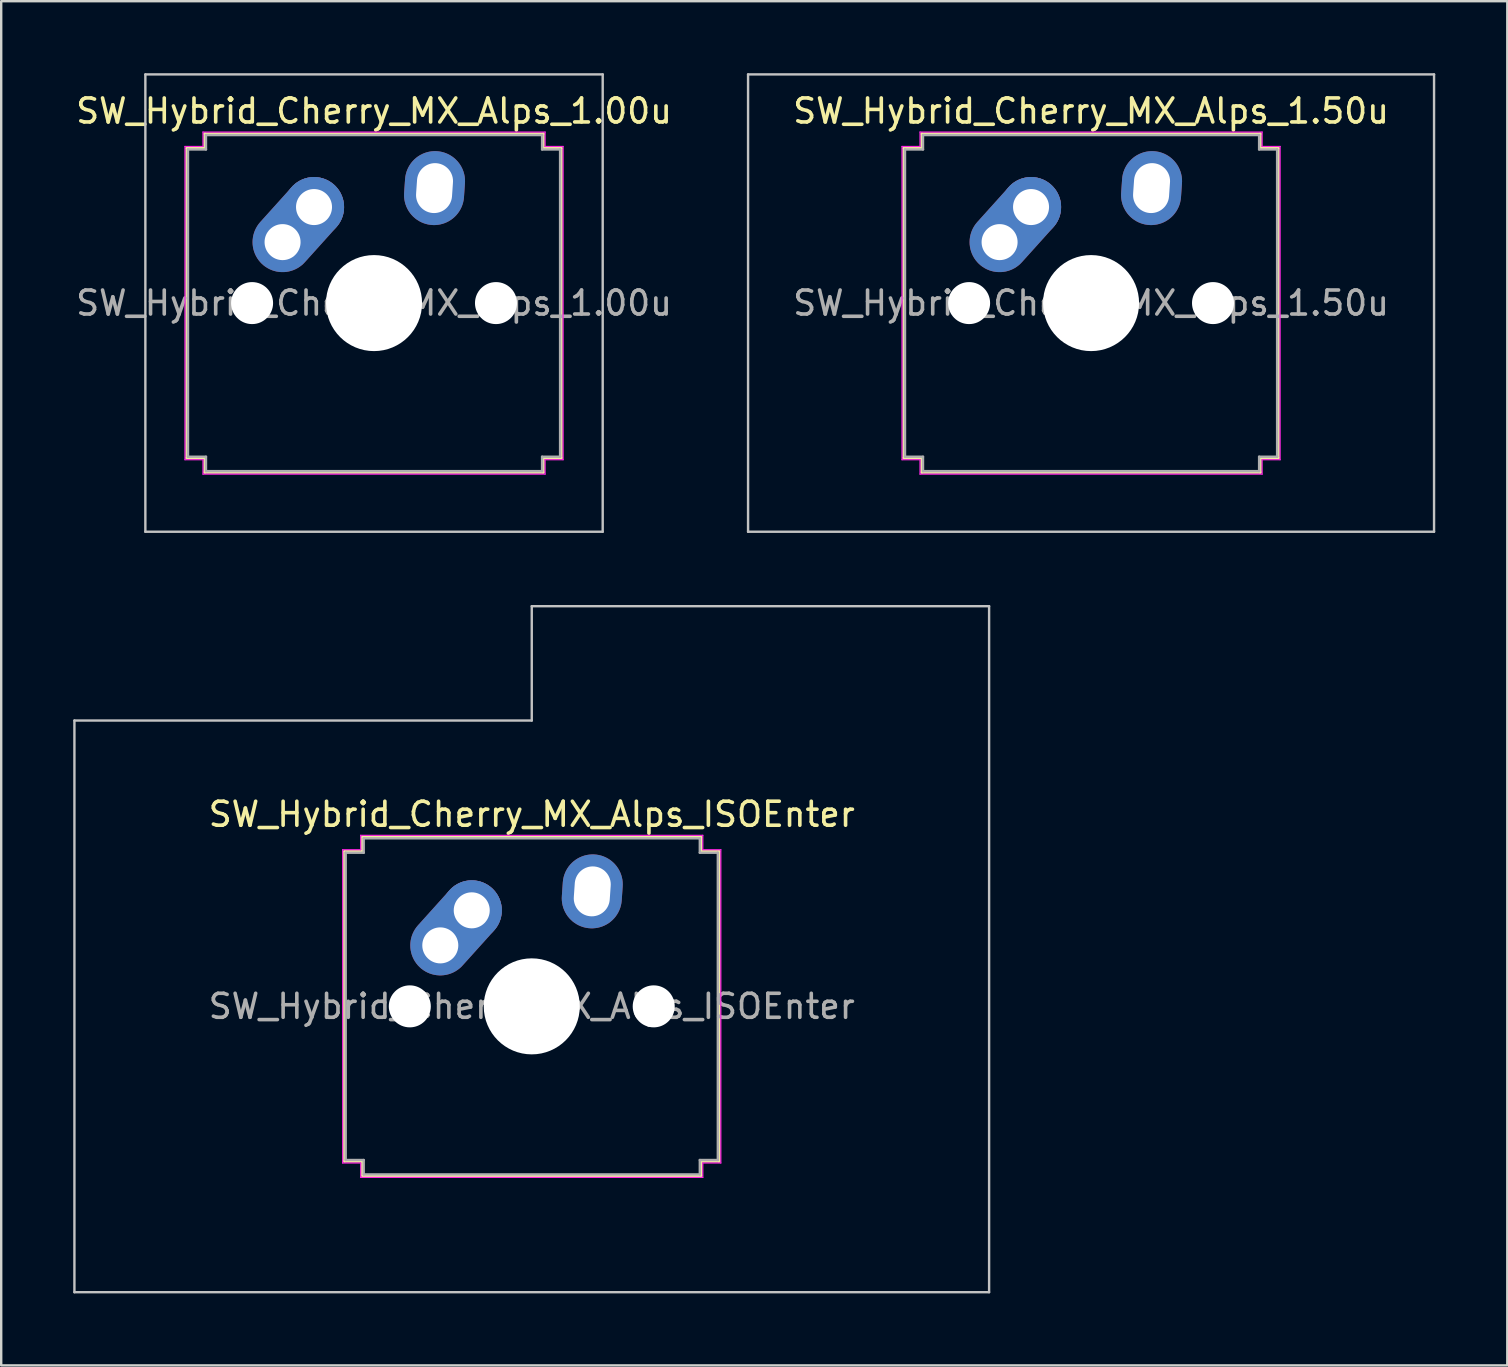
<source format=kicad_pcb>
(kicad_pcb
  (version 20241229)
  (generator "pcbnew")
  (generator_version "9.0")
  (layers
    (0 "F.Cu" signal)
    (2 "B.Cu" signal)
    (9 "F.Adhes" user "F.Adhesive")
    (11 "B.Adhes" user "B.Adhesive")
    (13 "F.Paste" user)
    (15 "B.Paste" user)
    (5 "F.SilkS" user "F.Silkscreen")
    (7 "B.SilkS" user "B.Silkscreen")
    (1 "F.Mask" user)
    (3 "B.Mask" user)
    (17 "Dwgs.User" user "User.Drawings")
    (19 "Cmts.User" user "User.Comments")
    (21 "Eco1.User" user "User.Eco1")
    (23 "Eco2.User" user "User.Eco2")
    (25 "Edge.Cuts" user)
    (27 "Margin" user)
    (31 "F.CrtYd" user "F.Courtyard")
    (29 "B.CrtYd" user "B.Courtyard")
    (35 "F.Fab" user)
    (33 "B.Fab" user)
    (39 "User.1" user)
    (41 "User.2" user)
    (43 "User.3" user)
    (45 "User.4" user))
  (footprint "SW_Hybrid_Cherry_MX_Alps_1.00u"
    (layer "F.Cu")
    (at 12.53 9.575)
    (property "Reference" "SW_Hybrid_Cherry_MX_Alps_1.00u" (at 0 -8 0) (layer "F.SilkS") (effects (font (size 1 1) (thickness 0.15))))
    (attr through_hole)
    (fp_line (start -7.8 -6.45) (end -7.05 -6.45) (stroke (width 0.12) (type solid)) (layer "F.SilkS"))
    (fp_line (start -7.8 6.45) (end -7.8 -6.45) (stroke (width 0.12) (type solid)) (layer "F.SilkS"))
    (fp_line (start -7.05 -7.05) (end 7.05 -7.05) (stroke (width 0.12) (type solid)) (layer "F.SilkS"))
    (fp_line (start -7.05 -6.45) (end -7.05 -7.05) (stroke (width 0.12) (type solid)) (layer "F.SilkS"))
    (fp_line (start -7.05 6.45) (end -7.8 6.45) (stroke (width 0.12) (type solid)) (layer "F.SilkS"))
    (fp_line (start -7.05 7.05) (end -7.05 6.45) (stroke (width 0.12) (type solid)) (layer "F.SilkS"))
    (fp_line (start 7.05 -7.05) (end 7.05 -6.45) (stroke (width 0.12) (type solid)) (layer "F.SilkS"))
    (fp_line (start 7.05 -6.45) (end 7.8 -6.45) (stroke (width 0.12) (type solid)) (layer "F.SilkS"))
    (fp_line (start 7.05 6.45) (end 7.05 7.05) (stroke (width 0.12) (type solid)) (layer "F.SilkS"))
    (fp_line (start 7.05 7.05) (end -7.05 7.05) (stroke (width 0.12) (type solid)) (layer "F.SilkS"))
    (fp_line (start 7.8 -6.45) (end 7.8 6.45) (stroke (width 0.12) (type solid)) (layer "F.SilkS"))
    (fp_line (start 7.8 6.45) (end 7.05 6.45) (stroke (width 0.12) (type solid)) (layer "F.SilkS"))
    (fp_line (start -9.525 -9.525) (end -9.525 9.525) (stroke (width 0.1) (type solid)) (layer "Dwgs.User"))
    (fp_line (start -9.525 9.525) (end 9.525 9.525) (stroke (width 0.1) (type solid)) (layer "Dwgs.User"))
    (fp_line (start 9.525 -9.525) (end -9.525 -9.525) (stroke (width 0.1) (type solid)) (layer "Dwgs.User"))
    (fp_line (start 9.525 9.525) (end 9.525 -9.525) (stroke (width 0.1) (type solid)) (layer "Dwgs.User"))
    (fp_line (start -7.875 -6.525) (end -7.125 -6.525) (stroke (width 0.05) (type solid)) (layer "F.CrtYd"))
    (fp_line (start -7.875 6.525) (end -7.875 -6.525) (stroke (width 0.05) (type solid)) (layer "F.CrtYd"))
    (fp_line (start -7.125 -7.125) (end 7.125 -7.125) (stroke (width 0.05) (type solid)) (layer "F.CrtYd"))
    (fp_line (start -7.125 -6.525) (end -7.125 -7.125) (stroke (width 0.05) (type solid)) (layer "F.CrtYd"))
    (fp_line (start -7.125 6.525) (end -7.875 6.525) (stroke (width 0.05) (type solid)) (layer "F.CrtYd"))
    (fp_line (start -7.125 7.125) (end -7.125 6.525) (stroke (width 0.05) (type solid)) (layer "F.CrtYd"))
    (fp_line (start 7.125 -7.125) (end 7.125 -6.525) (stroke (width 0.05) (type solid)) (layer "F.CrtYd"))
    (fp_line (start 7.125 -6.525) (end 7.875 -6.525) (stroke (width 0.05) (type solid)) (layer "F.CrtYd"))
    (fp_line (start 7.125 6.525) (end 7.125 7.125) (stroke (width 0.05) (type solid)) (layer "F.CrtYd"))
    (fp_line (start 7.125 7.125) (end -7.125 7.125) (stroke (width 0.05) (type solid)) (layer "F.CrtYd"))
    (fp_line (start 7.875 -6.525) (end 7.875 6.525) (stroke (width 0.05) (type solid)) (layer "F.CrtYd"))
    (fp_line (start 7.875 6.525) (end 7.125 6.525) (stroke (width 0.05) (type solid)) (layer "F.CrtYd"))
    (fp_line (start -7.75 -6.4) (end -7 -6.4) (stroke (width 0.1) (type solid)) (layer "F.Fab"))
    (fp_line (start -7.75 6.4) (end -7.75 -6.4) (stroke (width 0.1) (type solid)) (layer "F.Fab"))
    (fp_line (start -7 -7) (end 7 -7) (stroke (width 0.1) (type solid)) (layer "F.Fab"))
    (fp_line (start -7 -6.4) (end -7 -7) (stroke (width 0.1) (type solid)) (layer "F.Fab"))
    (fp_line (start -7 6.4) (end -7.75 6.4) (stroke (width 0.1) (type solid)) (layer "F.Fab"))
    (fp_line (start -7 7) (end -7 6.4) (stroke (width 0.1) (type solid)) (layer "F.Fab"))
    (fp_line (start 7 -7) (end 7 -6.4) (stroke (width 0.1) (type solid)) (layer "F.Fab"))
    (fp_line (start 7 -6.4) (end 7.75 -6.4) (stroke (width 0.1) (type solid)) (layer "F.Fab"))
    (fp_line (start 7 6.4) (end 7 7) (stroke (width 0.1) (type solid)) (layer "F.Fab"))
    (fp_line (start 7 7) (end -7 7) (stroke (width 0.1) (type solid)) (layer "F.Fab"))
    (fp_line (start 7.75 -6.4) (end 7.75 6.4) (stroke (width 0.1) (type solid)) (layer "F.Fab"))
    (fp_line (start 7.75 6.4) (end 7 6.4) (stroke (width 0.1) (type solid)) (layer "F.Fab"))
    (fp_text user "${REFERENCE}" (at 0 0 0) (layer "F.Fab") (effects (font (size 1 1) (thickness 0.15))))
    (pad "" np_thru_hole circle (at -5.08 0) (size 1.75 1.75) (drill 1.75) (layers "*.Cu" "*.Mask"))
    (pad "" np_thru_hole circle (at 0 0) (size 4 4) (drill 4) (layers "*.Cu" "*.Mask"))
    (pad "" np_thru_hole circle (at 5.08 0) (size 1.75 1.75) (drill 1.75) (layers "*.Cu" "*.Mask"))
    (pad "1" thru_hole oval (at 2.52 -4.79 86) (size 3.081 2.5) (drill oval 2.081 1.5) (layers "*.Cu" "B.Mask"))
    (pad "2" thru_hole oval (at -3.81 -2.54 48) (size 4.462 2.5) (drill 1.5 (offset 0.981 0)) (layers "*.Cu" "B.Mask"))
    (pad "2" thru_hole circle (at -2.5 -4) (size 2.5 2.5) (drill 1.5) (layers "*.Cu" "B.Mask")))
  (footprint "SW_Hybrid_Cherry_MX_Alps_ISOEnter"
    (layer "F.Cu")
    (at 19.1 38.869)
    (property "Reference" "SW_Hybrid_Cherry_MX_Alps_ISOEnter" (at 0 -8 0) (layer "F.SilkS") (effects (font (size 1 1) (thickness 0.15))))
    (attr through_hole)
    (fp_line (start -7.8 -6.45) (end -7.05 -6.45) (stroke (width 0.12) (type solid)) (layer "F.SilkS"))
    (fp_line (start -7.8 6.45) (end -7.8 -6.45) (stroke (width 0.12) (type solid)) (layer "F.SilkS"))
    (fp_line (start -7.05 -7.05) (end 7.05 -7.05) (stroke (width 0.12) (type solid)) (layer "F.SilkS"))
    (fp_line (start -7.05 -6.45) (end -7.05 -7.05) (stroke (width 0.12) (type solid)) (layer "F.SilkS"))
    (fp_line (start -7.05 6.45) (end -7.8 6.45) (stroke (width 0.12) (type solid)) (layer "F.SilkS"))
    (fp_line (start -7.05 7.05) (end -7.05 6.45) (stroke (width 0.12) (type solid)) (layer "F.SilkS"))
    (fp_line (start 7.05 -7.05) (end 7.05 -6.45) (stroke (width 0.12) (type solid)) (layer "F.SilkS"))
    (fp_line (start 7.05 -6.45) (end 7.8 -6.45) (stroke (width 0.12) (type solid)) (layer "F.SilkS"))
    (fp_line (start 7.05 6.45) (end 7.05 7.05) (stroke (width 0.12) (type solid)) (layer "F.SilkS"))
    (fp_line (start 7.05 7.05) (end -7.05 7.05) (stroke (width 0.12) (type solid)) (layer "F.SilkS"))
    (fp_line (start 7.8 -6.45) (end 7.8 6.45) (stroke (width 0.12) (type solid)) (layer "F.SilkS"))
    (fp_line (start 7.8 6.45) (end 7.05 6.45) (stroke (width 0.12) (type solid)) (layer "F.SilkS"))
    (fp_line (start -19.05 -11.906) (end -19.05 11.906) (stroke (width 0.1) (type solid)) (layer "Dwgs.User"))
    (fp_line (start -19.05 11.906) (end 19.05 11.906) (stroke (width 0.1) (type solid)) (layer "Dwgs.User"))
    (fp_line (start 0 -16.669) (end 0 -11.906) (stroke (width 0.1) (type solid)) (layer "Dwgs.User"))
    (fp_line (start 0 -11.906) (end -19.05 -11.906) (stroke (width 0.1) (type solid)) (layer "Dwgs.User"))
    (fp_line (start 19.05 -16.669) (end 0 -16.669) (stroke (width 0.1) (type solid)) (layer "Dwgs.User"))
    (fp_line (start 19.05 11.906) (end 19.05 -16.669) (stroke (width 0.1) (type solid)) (layer "Dwgs.User"))
    (fp_line (start -7.875 -6.525) (end -7.125 -6.525) (stroke (width 0.05) (type solid)) (layer "F.CrtYd"))
    (fp_line (start -7.875 6.525) (end -7.875 -6.525) (stroke (width 0.05) (type solid)) (layer "F.CrtYd"))
    (fp_line (start -7.125 -7.125) (end 7.125 -7.125) (stroke (width 0.05) (type solid)) (layer "F.CrtYd"))
    (fp_line (start -7.125 -6.525) (end -7.125 -7.125) (stroke (width 0.05) (type solid)) (layer "F.CrtYd"))
    (fp_line (start -7.125 6.525) (end -7.875 6.525) (stroke (width 0.05) (type solid)) (layer "F.CrtYd"))
    (fp_line (start -7.125 7.125) (end -7.125 6.525) (stroke (width 0.05) (type solid)) (layer "F.CrtYd"))
    (fp_line (start 7.125 -7.125) (end 7.125 -6.525) (stroke (width 0.05) (type solid)) (layer "F.CrtYd"))
    (fp_line (start 7.125 -6.525) (end 7.875 -6.525) (stroke (width 0.05) (type solid)) (layer "F.CrtYd"))
    (fp_line (start 7.125 6.525) (end 7.125 7.125) (stroke (width 0.05) (type solid)) (layer "F.CrtYd"))
    (fp_line (start 7.125 7.125) (end -7.125 7.125) (stroke (width 0.05) (type solid)) (layer "F.CrtYd"))
    (fp_line (start 7.875 -6.525) (end 7.875 6.525) (stroke (width 0.05) (type solid)) (layer "F.CrtYd"))
    (fp_line (start 7.875 6.525) (end 7.125 6.525) (stroke (width 0.05) (type solid)) (layer "F.CrtYd"))
    (fp_line (start -7.75 -6.4) (end -7 -6.4) (stroke (width 0.1) (type solid)) (layer "F.Fab"))
    (fp_line (start -7.75 6.4) (end -7.75 -6.4) (stroke (width 0.1) (type solid)) (layer "F.Fab"))
    (fp_line (start -7 -7) (end 7 -7) (stroke (width 0.1) (type solid)) (layer "F.Fab"))
    (fp_line (start -7 -6.4) (end -7 -7) (stroke (width 0.1) (type solid)) (layer "F.Fab"))
    (fp_line (start -7 6.4) (end -7.75 6.4) (stroke (width 0.1) (type solid)) (layer "F.Fab"))
    (fp_line (start -7 7) (end -7 6.4) (stroke (width 0.1) (type solid)) (layer "F.Fab"))
    (fp_line (start 7 -7) (end 7 -6.4) (stroke (width 0.1) (type solid)) (layer "F.Fab"))
    (fp_line (start 7 -6.4) (end 7.75 -6.4) (stroke (width 0.1) (type solid)) (layer "F.Fab"))
    (fp_line (start 7 6.4) (end 7 7) (stroke (width 0.1) (type solid)) (layer "F.Fab"))
    (fp_line (start 7 7) (end -7 7) (stroke (width 0.1) (type solid)) (layer "F.Fab"))
    (fp_line (start 7.75 -6.4) (end 7.75 6.4) (stroke (width 0.1) (type solid)) (layer "F.Fab"))
    (fp_line (start 7.75 6.4) (end 7 6.4) (stroke (width 0.1) (type solid)) (layer "F.Fab"))
    (fp_text user "${REFERENCE}" (at 0 0 0) (layer "F.Fab") (effects (font (size 1 1) (thickness 0.15))))
    (pad "" np_thru_hole circle (at -5.08 0) (size 1.75 1.75) (drill 1.75) (layers "*.Cu" "*.Mask"))
    (pad "" np_thru_hole circle (at 0 0) (size 4 4) (drill 4) (layers "*.Cu" "*.Mask"))
    (pad "" np_thru_hole circle (at 5.08 0) (size 1.75 1.75) (drill 1.75) (layers "*.Cu" "*.Mask"))
    (pad "1" thru_hole oval (at 2.52 -4.79 86) (size 3.081 2.5) (drill oval 2.081 1.5) (layers "*.Cu" "B.Mask"))
    (pad "2" thru_hole oval (at -3.81 -2.54 48) (size 4.462 2.5) (drill 1.5 (offset 0.981 0)) (layers "*.Cu" "B.Mask"))
    (pad "2" thru_hole circle (at -2.5 -4) (size 2.5 2.5) (drill 1.5) (layers "*.Cu" "B.Mask")))
  (footprint "SW_Hybrid_Cherry_MX_Alps_1.50u"
    (layer "F.Cu")
    (at 42.397 9.575)
    (property "Reference" "SW_Hybrid_Cherry_MX_Alps_1.50u" (at 0 -8 0) (layer "F.SilkS") (effects (font (size 1 1) (thickness 0.15))))
    (attr through_hole)
    (fp_line (start -7.8 -6.45) (end -7.05 -6.45) (stroke (width 0.12) (type solid)) (layer "F.SilkS"))
    (fp_line (start -7.8 6.45) (end -7.8 -6.45) (stroke (width 0.12) (type solid)) (layer "F.SilkS"))
    (fp_line (start -7.05 -7.05) (end 7.05 -7.05) (stroke (width 0.12) (type solid)) (layer "F.SilkS"))
    (fp_line (start -7.05 -6.45) (end -7.05 -7.05) (stroke (width 0.12) (type solid)) (layer "F.SilkS"))
    (fp_line (start -7.05 6.45) (end -7.8 6.45) (stroke (width 0.12) (type solid)) (layer "F.SilkS"))
    (fp_line (start -7.05 7.05) (end -7.05 6.45) (stroke (width 0.12) (type solid)) (layer "F.SilkS"))
    (fp_line (start 7.05 -7.05) (end 7.05 -6.45) (stroke (width 0.12) (type solid)) (layer "F.SilkS"))
    (fp_line (start 7.05 -6.45) (end 7.8 -6.45) (stroke (width 0.12) (type solid)) (layer "F.SilkS"))
    (fp_line (start 7.05 6.45) (end 7.05 7.05) (stroke (width 0.12) (type solid)) (layer "F.SilkS"))
    (fp_line (start 7.05 7.05) (end -7.05 7.05) (stroke (width 0.12) (type solid)) (layer "F.SilkS"))
    (fp_line (start 7.8 -6.45) (end 7.8 6.45) (stroke (width 0.12) (type solid)) (layer "F.SilkS"))
    (fp_line (start 7.8 6.45) (end 7.05 6.45) (stroke (width 0.12) (type solid)) (layer "F.SilkS"))
    (fp_line (start -14.287 -9.525) (end -14.287 9.525) (stroke (width 0.1) (type solid)) (layer "Dwgs.User"))
    (fp_line (start -14.287 9.525) (end 14.287 9.525) (stroke (width 0.1) (type solid)) (layer "Dwgs.User"))
    (fp_line (start 14.287 -9.525) (end -14.287 -9.525) (stroke (width 0.1) (type solid)) (layer "Dwgs.User"))
    (fp_line (start 14.287 9.525) (end 14.287 -9.525) (stroke (width 0.1) (type solid)) (layer "Dwgs.User"))
    (fp_line (start -7.875 -6.525) (end -7.125 -6.525) (stroke (width 0.05) (type solid)) (layer "F.CrtYd"))
    (fp_line (start -7.875 6.525) (end -7.875 -6.525) (stroke (width 0.05) (type solid)) (layer "F.CrtYd"))
    (fp_line (start -7.125 -7.125) (end 7.125 -7.125) (stroke (width 0.05) (type solid)) (layer "F.CrtYd"))
    (fp_line (start -7.125 -6.525) (end -7.125 -7.125) (stroke (width 0.05) (type solid)) (layer "F.CrtYd"))
    (fp_line (start -7.125 6.525) (end -7.875 6.525) (stroke (width 0.05) (type solid)) (layer "F.CrtYd"))
    (fp_line (start -7.125 7.125) (end -7.125 6.525) (stroke (width 0.05) (type solid)) (layer "F.CrtYd"))
    (fp_line (start 7.125 -7.125) (end 7.125 -6.525) (stroke (width 0.05) (type solid)) (layer "F.CrtYd"))
    (fp_line (start 7.125 -6.525) (end 7.875 -6.525) (stroke (width 0.05) (type solid)) (layer "F.CrtYd"))
    (fp_line (start 7.125 6.525) (end 7.125 7.125) (stroke (width 0.05) (type solid)) (layer "F.CrtYd"))
    (fp_line (start 7.125 7.125) (end -7.125 7.125) (stroke (width 0.05) (type solid)) (layer "F.CrtYd"))
    (fp_line (start 7.875 -6.525) (end 7.875 6.525) (stroke (width 0.05) (type solid)) (layer "F.CrtYd"))
    (fp_line (start 7.875 6.525) (end 7.125 6.525) (stroke (width 0.05) (type solid)) (layer "F.CrtYd"))
    (fp_line (start -7.75 -6.4) (end -7 -6.4) (stroke (width 0.1) (type solid)) (layer "F.Fab"))
    (fp_line (start -7.75 6.4) (end -7.75 -6.4) (stroke (width 0.1) (type solid)) (layer "F.Fab"))
    (fp_line (start -7 -7) (end 7 -7) (stroke (width 0.1) (type solid)) (layer "F.Fab"))
    (fp_line (start -7 -6.4) (end -7 -7) (stroke (width 0.1) (type solid)) (layer "F.Fab"))
    (fp_line (start -7 6.4) (end -7.75 6.4) (stroke (width 0.1) (type solid)) (layer "F.Fab"))
    (fp_line (start -7 7) (end -7 6.4) (stroke (width 0.1) (type solid)) (layer "F.Fab"))
    (fp_line (start 7 -7) (end 7 -6.4) (stroke (width 0.1) (type solid)) (layer "F.Fab"))
    (fp_line (start 7 -6.4) (end 7.75 -6.4) (stroke (width 0.1) (type solid)) (layer "F.Fab"))
    (fp_line (start 7 6.4) (end 7 7) (stroke (width 0.1) (type solid)) (layer "F.Fab"))
    (fp_line (start 7 7) (end -7 7) (stroke (width 0.1) (type solid)) (layer "F.Fab"))
    (fp_line (start 7.75 -6.4) (end 7.75 6.4) (stroke (width 0.1) (type solid)) (layer "F.Fab"))
    (fp_line (start 7.75 6.4) (end 7 6.4) (stroke (width 0.1) (type solid)) (layer "F.Fab"))
    (fp_text user "${REFERENCE}" (at 0 0 0) (layer "F.Fab") (effects (font (size 1 1) (thickness 0.15))))
    (pad "" np_thru_hole circle (at -5.08 0) (size 1.75 1.75) (drill 1.75) (layers "*.Cu" "*.Mask"))
    (pad "" np_thru_hole circle (at 0 0) (size 4 4) (drill 4) (layers "*.Cu" "*.Mask"))
    (pad "" np_thru_hole circle (at 5.08 0) (size 1.75 1.75) (drill 1.75) (layers "*.Cu" "*.Mask"))
    (pad "1" thru_hole oval (at 2.52 -4.79 86) (size 3.081 2.5) (drill oval 2.081 1.5) (layers "*.Cu" "B.Mask"))
    (pad "2" thru_hole oval (at -3.81 -2.54 48) (size 4.462 2.5) (drill 1.5 (offset 0.981 0)) (layers "*.Cu" "B.Mask"))
    (pad "2" thru_hole circle (at -2.5 -4) (size 2.5 2.5) (drill 1.5) (layers "*.Cu" "B.Mask")))
  (gr_rect
    (start -3 -3)
    (end 59.735 53.825)
    (stroke (width 0.1) (type default))
    (fill no)
    (layer "Edge.Cuts")))
</source>
